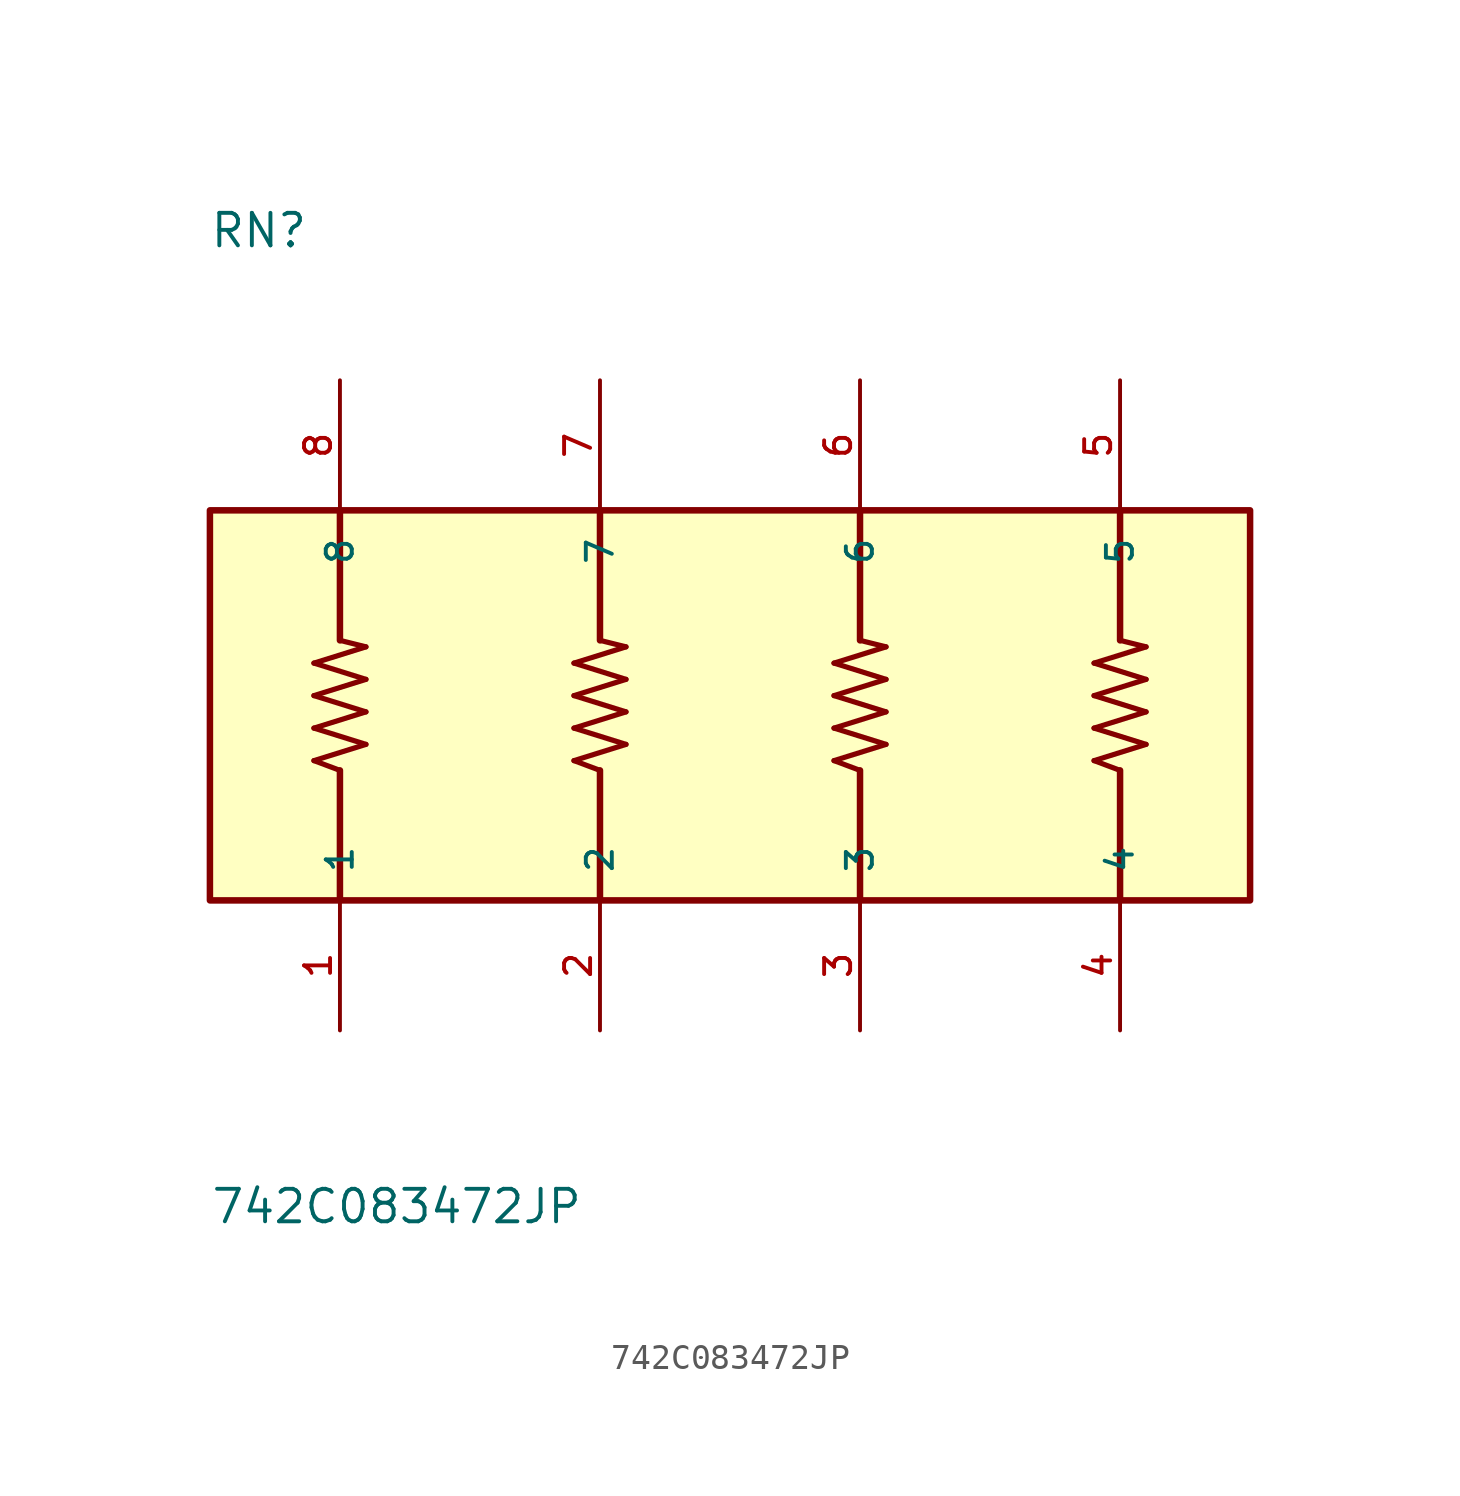
<source format=kicad_sym>
(kicad_symbol_lib
  (version 20211014)
  (generator kicad_symbol_editor)
  (symbol "742C083472JP"
    (pin_names
      (offset 1.016))
    (property "Reference" "RN"
      (at -20.354 17.81 0)
      (effects (font (size 1.27 1.27)) (justify bottom left)))
    (property "Value" "742C083472JP"
      (at -20.321 -20.321 0)
      (effects (font (size 1.27 1.27)) (justify bottom left)))
    (symbol "742C083472JP_0_0"
      (polyline (pts (xy -15.24 -2.54) (xy -16.256 -2.159)) (stroke (width 0.203)))
      (polyline (pts (xy -16.256 -2.159) (xy -14.224 -1.524)) (stroke (width 0.203)))
      (polyline (pts (xy -14.224 -1.524) (xy -16.256 -0.889)) (stroke (width 0.203)))
      (polyline (pts (xy -16.256 -0.889) (xy -14.224 -0.254)) (stroke (width 0.203)))
      (polyline (pts (xy -14.224 -0.254) (xy -16.256 0.381)) (stroke (width 0.203)))
      (polyline (pts (xy -16.256 0.381) (xy -14.224 1.016)) (stroke (width 0.203)))
      (polyline (pts (xy -14.224 1.016) (xy -16.256 1.651)) (stroke (width 0.203)))
      (polyline (pts (xy -16.256 1.651) (xy -14.224 2.286)) (stroke (width 0.203)))
      (polyline (pts (xy -14.224 2.286) (xy -15.24 2.54)) (stroke (width 0.203)))
      (polyline (pts (xy -5.08 -2.54) (xy -6.096 -2.159)) (stroke (width 0.203)))
      (polyline (pts (xy -6.096 -2.159) (xy -4.064 -1.524)) (stroke (width 0.203)))
      (polyline (pts (xy -4.064 -1.524) (xy -6.096 -0.889)) (stroke (width 0.203)))
      (polyline (pts (xy -6.096 -0.889) (xy -4.064 -0.254)) (stroke (width 0.203)))
      (polyline (pts (xy -4.064 -0.254) (xy -6.096 0.381)) (stroke (width 0.203)))
      (polyline (pts (xy -6.096 0.381) (xy -4.064 1.016)) (stroke (width 0.203)))
      (polyline (pts (xy -4.064 1.016) (xy -6.096 1.651)) (stroke (width 0.203)))
      (polyline (pts (xy -6.096 1.651) (xy -4.064 2.286)) (stroke (width 0.203)))
      (polyline (pts (xy -4.064 2.286) (xy -5.08 2.54)) (stroke (width 0.203)))
      (polyline (pts (xy 5.08 -2.54) (xy 4.064 -2.159)) (stroke (width 0.203)))
      (polyline (pts (xy 4.064 -2.159) (xy 6.096 -1.524)) (stroke (width 0.203)))
      (polyline (pts (xy 6.096 -1.524) (xy 4.064 -0.889)) (stroke (width 0.203)))
      (polyline (pts (xy 4.064 -0.889) (xy 6.096 -0.254)) (stroke (width 0.203)))
      (polyline (pts (xy 6.096 -0.254) (xy 4.064 0.381)) (stroke (width 0.203)))
      (polyline (pts (xy 4.064 0.381) (xy 6.096 1.016)) (stroke (width 0.203)))
      (polyline (pts (xy 6.096 1.016) (xy 4.064 1.651)) (stroke (width 0.203)))
      (polyline (pts (xy 4.064 1.651) (xy 6.096 2.286)) (stroke (width 0.203)))
      (polyline (pts (xy 6.096 2.286) (xy 5.08 2.54)) (stroke (width 0.203)))
      (polyline (pts (xy 15.24 -2.54) (xy 14.224 -2.159)) (stroke (width 0.203)))
      (polyline (pts (xy 14.224 -2.159) (xy 16.256 -1.524)) (stroke (width 0.203)))
      (polyline (pts (xy 16.256 -1.524) (xy 14.224 -0.889)) (stroke (width 0.203)))
      (polyline (pts (xy 14.224 -0.889) (xy 16.256 -0.254)) (stroke (width 0.203)))
      (polyline (pts (xy 16.256 -0.254) (xy 14.224 0.381)) (stroke (width 0.203)))
      (polyline (pts (xy 14.224 0.381) (xy 16.256 1.016)) (stroke (width 0.203)))
      (polyline (pts (xy 16.256 1.016) (xy 14.224 1.651)) (stroke (width 0.203)))
      (polyline (pts (xy 14.224 1.651) (xy 16.256 2.286)) (stroke (width 0.203)))
      (polyline (pts (xy 16.256 2.286) (xy 15.24 2.54)) (stroke (width 0.203)))
      (polyline (pts (xy -15.24 -7.62) (xy -15.24 -2.54)) (stroke (width 0.254)))
      (polyline (pts (xy -5.08 -7.62) (xy -5.08 -2.54)) (stroke (width 0.254)))
      (polyline (pts (xy 5.08 -7.62) (xy 5.08 -2.54)) (stroke (width 0.254)))
      (polyline (pts (xy 15.24 -7.62) (xy 15.24 -2.54)) (stroke (width 0.254)))
      (polyline (pts (xy -15.24 2.54) (xy -15.24 7.62)) (stroke (width 0.254)))
      (polyline (pts (xy -5.08 2.54) (xy -5.08 7.62)) (stroke (width 0.254)))
      (polyline (pts (xy 5.08 2.54) (xy 5.08 7.62)) (stroke (width 0.254)))
      (polyline (pts (xy 15.24 2.54) (xy 15.24 7.62)) (stroke (width 0.254)))
      (rectangle (start -20.32 -7.62) (end 20.32 7.62) (stroke (width 0.254)) (fill (type background)))
      (pin passive line (at -15.24 -12.7 90.0) (length 5.08) (name "1" (effects (font (size 1.016 1.016)))) (number "1" (effects (font (size 1.016 1.016)))))
      (pin passive line (at -5.08 -12.7 90.0) (length 5.08) (name "2" (effects (font (size 1.016 1.016)))) (number "2" (effects (font (size 1.016 1.016)))))
      (pin passive line (at 5.08 -12.7 90.0) (length 5.08) (name "3" (effects (font (size 1.016 1.016)))) (number "3" (effects (font (size 1.016 1.016)))))
      (pin passive line (at 15.24 -12.7 90.0) (length 5.08) (name "4" (effects (font (size 1.016 1.016)))) (number "4" (effects (font (size 1.016 1.016)))))
      (pin passive line (at 15.24 12.7 270.0) (length 5.08) (name "5" (effects (font (size 1.016 1.016)))) (number "5" (effects (font (size 1.016 1.016)))))
      (pin passive line (at 5.08 12.7 270.0) (length 5.08) (name "6" (effects (font (size 1.016 1.016)))) (number "6" (effects (font (size 1.016 1.016)))))
      (pin passive line (at -5.08 12.7 270.0) (length 5.08) (name "7" (effects (font (size 1.016 1.016)))) (number "7" (effects (font (size 1.016 1.016)))))
      (pin passive line (at -15.24 12.7 270.0) (length 5.08) (name "8" (effects (font (size 1.016 1.016)))) (number "8" (effects (font (size 1.016 1.016))))))))
</source>
